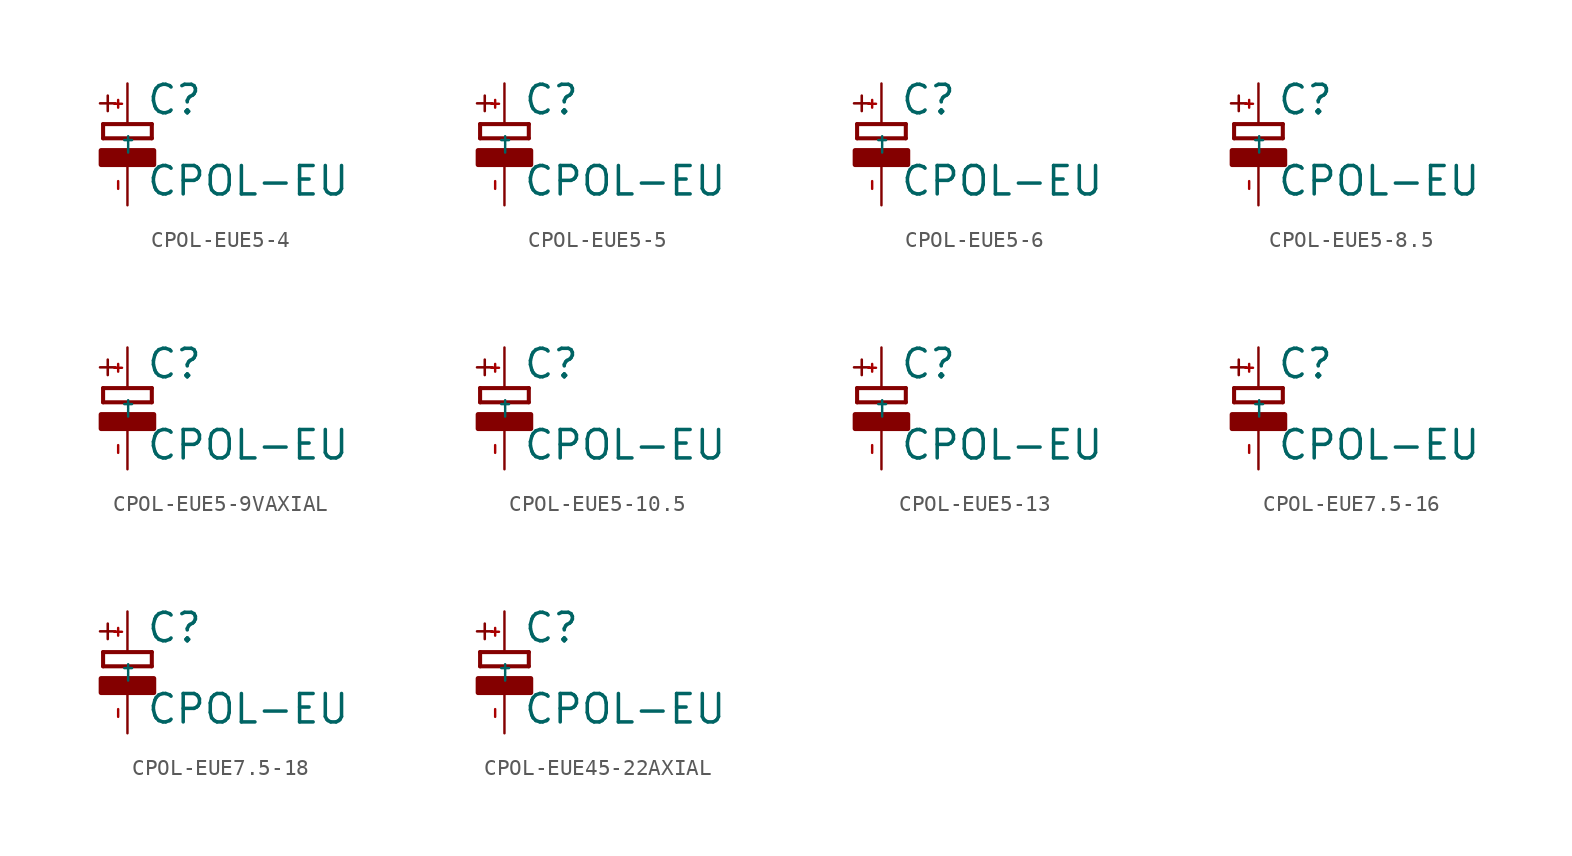
<source format=kicad_sym>
(kicad_symbol_lib
  (version 20220914)
  (generator Eagle2Kicad)
  (symbol "CPOL-EUE5-4"
    (property "Reference" "C"
      (at 1.143 0.483 0)
      (effects (font (size 1.778 1.778) (thickness 0.22)) (justify left bottom)))
    (property "Value" "CPOL-EU"
      (at 1.143 -4.597 0)
      (effects (font (size 1.778 1.778) (thickness 0.22)) (justify left bottom)))
    (polyline
      (pts (xy -1.524 -0.889) (xy 1.524 -0.889))
      (stroke (width 0.254) (type default))
      (fill (type none)))
    (polyline
      (pts (xy 1.524 -0.889) (xy 1.524 0))
      (stroke (width 0.254) (type default))
      (fill (type none)))
    (polyline
      (pts (xy -1.524 0) (xy -1.524 -0.889))
      (stroke (width 0.254) (type default))
      (fill (type none)))
    (polyline
      (pts (xy -1.524 0) (xy 1.524 0))
      (stroke (width 0.254) (type default))
      (fill (type none)))
    (text "+"
      (at -0.584 0.406 900)
      (effects (font (size 1.27 1.27) (thickness 0.16)) (justify left bottom)))
    (rectangle
      (start -1.651 -2.54)
      (end 1.651 -1.651)
      (stroke (width 0.3) (type default))
      (fill (type outline)))
    (pin passive line
      (at 0 -5.08 90)
      (length 2.54)
      (name "-" (effects (font (size 0.635 0.635) (thickness 0.08)) (justify left bottom)))
      (number "-" (effects (font (size 0.635 0.635) (thickness 0.08)) (justify left bottom))))
    (pin passive line
      (at 0 2.54 270)
      (length 2.54)
      (name "+" (effects (font (size 0.635 0.635) (thickness 0.08)) (justify left bottom)))
      (number "+" (effects (font (size 0.635 0.635) (thickness 0.08)) (justify left bottom)))))
  (symbol "CPOL-EUE5-5"
    (property "Reference" "C"
      (at 1.143 0.483 0)
      (effects (font (size 1.778 1.778) (thickness 0.22)) (justify left bottom)))
    (property "Value" "CPOL-EU"
      (at 1.143 -4.597 0)
      (effects (font (size 1.778 1.778) (thickness 0.22)) (justify left bottom)))
    (polyline
      (pts (xy -1.524 -0.889) (xy 1.524 -0.889))
      (stroke (width 0.254) (type default))
      (fill (type none)))
    (polyline
      (pts (xy 1.524 -0.889) (xy 1.524 0))
      (stroke (width 0.254) (type default))
      (fill (type none)))
    (polyline
      (pts (xy -1.524 0) (xy -1.524 -0.889))
      (stroke (width 0.254) (type default))
      (fill (type none)))
    (polyline
      (pts (xy -1.524 0) (xy 1.524 0))
      (stroke (width 0.254) (type default))
      (fill (type none)))
    (text "+"
      (at -0.584 0.406 900)
      (effects (font (size 1.27 1.27) (thickness 0.16)) (justify left bottom)))
    (rectangle
      (start -1.651 -2.54)
      (end 1.651 -1.651)
      (stroke (width 0.3) (type default))
      (fill (type outline)))
    (pin passive line
      (at 0 -5.08 90)
      (length 2.54)
      (name "-" (effects (font (size 0.635 0.635) (thickness 0.08)) (justify left bottom)))
      (number "-" (effects (font (size 0.635 0.635) (thickness 0.08)) (justify left bottom))))
    (pin passive line
      (at 0 2.54 270)
      (length 2.54)
      (name "+" (effects (font (size 0.635 0.635) (thickness 0.08)) (justify left bottom)))
      (number "+" (effects (font (size 0.635 0.635) (thickness 0.08)) (justify left bottom)))))
  (symbol "CPOL-EUE5-6"
    (property "Reference" "C"
      (at 1.143 0.483 0)
      (effects (font (size 1.778 1.778) (thickness 0.22)) (justify left bottom)))
    (property "Value" "CPOL-EU"
      (at 1.143 -4.597 0)
      (effects (font (size 1.778 1.778) (thickness 0.22)) (justify left bottom)))
    (polyline
      (pts (xy -1.524 -0.889) (xy 1.524 -0.889))
      (stroke (width 0.254) (type default))
      (fill (type none)))
    (polyline
      (pts (xy 1.524 -0.889) (xy 1.524 0))
      (stroke (width 0.254) (type default))
      (fill (type none)))
    (polyline
      (pts (xy -1.524 0) (xy -1.524 -0.889))
      (stroke (width 0.254) (type default))
      (fill (type none)))
    (polyline
      (pts (xy -1.524 0) (xy 1.524 0))
      (stroke (width 0.254) (type default))
      (fill (type none)))
    (text "+"
      (at -0.584 0.406 900)
      (effects (font (size 1.27 1.27) (thickness 0.16)) (justify left bottom)))
    (rectangle
      (start -1.651 -2.54)
      (end 1.651 -1.651)
      (stroke (width 0.3) (type default))
      (fill (type outline)))
    (pin passive line
      (at 0 -5.08 90)
      (length 2.54)
      (name "-" (effects (font (size 0.635 0.635) (thickness 0.08)) (justify left bottom)))
      (number "-" (effects (font (size 0.635 0.635) (thickness 0.08)) (justify left bottom))))
    (pin passive line
      (at 0 2.54 270)
      (length 2.54)
      (name "+" (effects (font (size 0.635 0.635) (thickness 0.08)) (justify left bottom)))
      (number "+" (effects (font (size 0.635 0.635) (thickness 0.08)) (justify left bottom)))))
  (symbol "CPOL-EUE5-8.5"
    (property "Reference" "C"
      (at 1.143 0.483 0)
      (effects (font (size 1.778 1.778) (thickness 0.22)) (justify left bottom)))
    (property "Value" "CPOL-EU"
      (at 1.143 -4.597 0)
      (effects (font (size 1.778 1.778) (thickness 0.22)) (justify left bottom)))
    (polyline
      (pts (xy -1.524 -0.889) (xy 1.524 -0.889))
      (stroke (width 0.254) (type default))
      (fill (type none)))
    (polyline
      (pts (xy 1.524 -0.889) (xy 1.524 0))
      (stroke (width 0.254) (type default))
      (fill (type none)))
    (polyline
      (pts (xy -1.524 0) (xy -1.524 -0.889))
      (stroke (width 0.254) (type default))
      (fill (type none)))
    (polyline
      (pts (xy -1.524 0) (xy 1.524 0))
      (stroke (width 0.254) (type default))
      (fill (type none)))
    (text "+"
      (at -0.584 0.406 900)
      (effects (font (size 1.27 1.27) (thickness 0.16)) (justify left bottom)))
    (rectangle
      (start -1.651 -2.54)
      (end 1.651 -1.651)
      (stroke (width 0.3) (type default))
      (fill (type outline)))
    (pin passive line
      (at 0 -5.08 90)
      (length 2.54)
      (name "-" (effects (font (size 0.635 0.635) (thickness 0.08)) (justify left bottom)))
      (number "-" (effects (font (size 0.635 0.635) (thickness 0.08)) (justify left bottom))))
    (pin passive line
      (at 0 2.54 270)
      (length 2.54)
      (name "+" (effects (font (size 0.635 0.635) (thickness 0.08)) (justify left bottom)))
      (number "+" (effects (font (size 0.635 0.635) (thickness 0.08)) (justify left bottom)))))
  (symbol "CPOL-EUE5-9VAXIAL"
    (property "Reference" "C"
      (at 1.143 0.483 0)
      (effects (font (size 1.778 1.778) (thickness 0.22)) (justify left bottom)))
    (property "Value" "CPOL-EU"
      (at 1.143 -4.597 0)
      (effects (font (size 1.778 1.778) (thickness 0.22)) (justify left bottom)))
    (polyline
      (pts (xy -1.524 -0.889) (xy 1.524 -0.889))
      (stroke (width 0.254) (type default))
      (fill (type none)))
    (polyline
      (pts (xy 1.524 -0.889) (xy 1.524 0))
      (stroke (width 0.254) (type default))
      (fill (type none)))
    (polyline
      (pts (xy -1.524 0) (xy -1.524 -0.889))
      (stroke (width 0.254) (type default))
      (fill (type none)))
    (polyline
      (pts (xy -1.524 0) (xy 1.524 0))
      (stroke (width 0.254) (type default))
      (fill (type none)))
    (text "+"
      (at -0.584 0.406 900)
      (effects (font (size 1.27 1.27) (thickness 0.16)) (justify left bottom)))
    (rectangle
      (start -1.651 -2.54)
      (end 1.651 -1.651)
      (stroke (width 0.3) (type default))
      (fill (type outline)))
    (pin passive line
      (at 0 -5.08 90)
      (length 2.54)
      (name "-" (effects (font (size 0.635 0.635) (thickness 0.08)) (justify left bottom)))
      (number "-" (effects (font (size 0.635 0.635) (thickness 0.08)) (justify left bottom))))
    (pin passive line
      (at 0 2.54 270)
      (length 2.54)
      (name "+" (effects (font (size 0.635 0.635) (thickness 0.08)) (justify left bottom)))
      (number "+" (effects (font (size 0.635 0.635) (thickness 0.08)) (justify left bottom)))))
  (symbol "CPOL-EUE5-10.5"
    (property "Reference" "C"
      (at 1.143 0.483 0)
      (effects (font (size 1.778 1.778) (thickness 0.22)) (justify left bottom)))
    (property "Value" "CPOL-EU"
      (at 1.143 -4.597 0)
      (effects (font (size 1.778 1.778) (thickness 0.22)) (justify left bottom)))
    (polyline
      (pts (xy -1.524 -0.889) (xy 1.524 -0.889))
      (stroke (width 0.254) (type default))
      (fill (type none)))
    (polyline
      (pts (xy 1.524 -0.889) (xy 1.524 0))
      (stroke (width 0.254) (type default))
      (fill (type none)))
    (polyline
      (pts (xy -1.524 0) (xy -1.524 -0.889))
      (stroke (width 0.254) (type default))
      (fill (type none)))
    (polyline
      (pts (xy -1.524 0) (xy 1.524 0))
      (stroke (width 0.254) (type default))
      (fill (type none)))
    (text "+"
      (at -0.584 0.406 900)
      (effects (font (size 1.27 1.27) (thickness 0.16)) (justify left bottom)))
    (rectangle
      (start -1.651 -2.54)
      (end 1.651 -1.651)
      (stroke (width 0.3) (type default))
      (fill (type outline)))
    (pin passive line
      (at 0 -5.08 90)
      (length 2.54)
      (name "-" (effects (font (size 0.635 0.635) (thickness 0.08)) (justify left bottom)))
      (number "-" (effects (font (size 0.635 0.635) (thickness 0.08)) (justify left bottom))))
    (pin passive line
      (at 0 2.54 270)
      (length 2.54)
      (name "+" (effects (font (size 0.635 0.635) (thickness 0.08)) (justify left bottom)))
      (number "+" (effects (font (size 0.635 0.635) (thickness 0.08)) (justify left bottom)))))
  (symbol "CPOL-EUE5-13"
    (property "Reference" "C"
      (at 1.143 0.483 0)
      (effects (font (size 1.778 1.778) (thickness 0.22)) (justify left bottom)))
    (property "Value" "CPOL-EU"
      (at 1.143 -4.597 0)
      (effects (font (size 1.778 1.778) (thickness 0.22)) (justify left bottom)))
    (polyline
      (pts (xy -1.524 -0.889) (xy 1.524 -0.889))
      (stroke (width 0.254) (type default))
      (fill (type none)))
    (polyline
      (pts (xy 1.524 -0.889) (xy 1.524 0))
      (stroke (width 0.254) (type default))
      (fill (type none)))
    (polyline
      (pts (xy -1.524 0) (xy -1.524 -0.889))
      (stroke (width 0.254) (type default))
      (fill (type none)))
    (polyline
      (pts (xy -1.524 0) (xy 1.524 0))
      (stroke (width 0.254) (type default))
      (fill (type none)))
    (text "+"
      (at -0.584 0.406 900)
      (effects (font (size 1.27 1.27) (thickness 0.16)) (justify left bottom)))
    (rectangle
      (start -1.651 -2.54)
      (end 1.651 -1.651)
      (stroke (width 0.3) (type default))
      (fill (type outline)))
    (pin passive line
      (at 0 -5.08 90)
      (length 2.54)
      (name "-" (effects (font (size 0.635 0.635) (thickness 0.08)) (justify left bottom)))
      (number "-" (effects (font (size 0.635 0.635) (thickness 0.08)) (justify left bottom))))
    (pin passive line
      (at 0 2.54 270)
      (length 2.54)
      (name "+" (effects (font (size 0.635 0.635) (thickness 0.08)) (justify left bottom)))
      (number "+" (effects (font (size 0.635 0.635) (thickness 0.08)) (justify left bottom)))))
  (symbol "CPOL-EUE7.5-16"
    (property "Reference" "C"
      (at 1.143 0.483 0)
      (effects (font (size 1.778 1.778) (thickness 0.22)) (justify left bottom)))
    (property "Value" "CPOL-EU"
      (at 1.143 -4.597 0)
      (effects (font (size 1.778 1.778) (thickness 0.22)) (justify left bottom)))
    (polyline
      (pts (xy -1.524 -0.889) (xy 1.524 -0.889))
      (stroke (width 0.254) (type default))
      (fill (type none)))
    (polyline
      (pts (xy 1.524 -0.889) (xy 1.524 0))
      (stroke (width 0.254) (type default))
      (fill (type none)))
    (polyline
      (pts (xy -1.524 0) (xy -1.524 -0.889))
      (stroke (width 0.254) (type default))
      (fill (type none)))
    (polyline
      (pts (xy -1.524 0) (xy 1.524 0))
      (stroke (width 0.254) (type default))
      (fill (type none)))
    (text "+"
      (at -0.584 0.406 900)
      (effects (font (size 1.27 1.27) (thickness 0.16)) (justify left bottom)))
    (rectangle
      (start -1.651 -2.54)
      (end 1.651 -1.651)
      (stroke (width 0.3) (type default))
      (fill (type outline)))
    (pin passive line
      (at 0 -5.08 90)
      (length 2.54)
      (name "-" (effects (font (size 0.635 0.635) (thickness 0.08)) (justify left bottom)))
      (number "-" (effects (font (size 0.635 0.635) (thickness 0.08)) (justify left bottom))))
    (pin passive line
      (at 0 2.54 270)
      (length 2.54)
      (name "+" (effects (font (size 0.635 0.635) (thickness 0.08)) (justify left bottom)))
      (number "+" (effects (font (size 0.635 0.635) (thickness 0.08)) (justify left bottom)))))
  (symbol "CPOL-EUE7.5-18"
    (property "Reference" "C"
      (at 1.143 0.483 0)
      (effects (font (size 1.778 1.778) (thickness 0.22)) (justify left bottom)))
    (property "Value" "CPOL-EU"
      (at 1.143 -4.597 0)
      (effects (font (size 1.778 1.778) (thickness 0.22)) (justify left bottom)))
    (polyline
      (pts (xy -1.524 -0.889) (xy 1.524 -0.889))
      (stroke (width 0.254) (type default))
      (fill (type none)))
    (polyline
      (pts (xy 1.524 -0.889) (xy 1.524 0))
      (stroke (width 0.254) (type default))
      (fill (type none)))
    (polyline
      (pts (xy -1.524 0) (xy -1.524 -0.889))
      (stroke (width 0.254) (type default))
      (fill (type none)))
    (polyline
      (pts (xy -1.524 0) (xy 1.524 0))
      (stroke (width 0.254) (type default))
      (fill (type none)))
    (text "+"
      (at -0.584 0.406 900)
      (effects (font (size 1.27 1.27) (thickness 0.16)) (justify left bottom)))
    (rectangle
      (start -1.651 -2.54)
      (end 1.651 -1.651)
      (stroke (width 0.3) (type default))
      (fill (type outline)))
    (pin passive line
      (at 0 -5.08 90)
      (length 2.54)
      (name "-" (effects (font (size 0.635 0.635) (thickness 0.08)) (justify left bottom)))
      (number "-" (effects (font (size 0.635 0.635) (thickness 0.08)) (justify left bottom))))
    (pin passive line
      (at 0 2.54 270)
      (length 2.54)
      (name "+" (effects (font (size 0.635 0.635) (thickness 0.08)) (justify left bottom)))
      (number "+" (effects (font (size 0.635 0.635) (thickness 0.08)) (justify left bottom)))))
  (symbol "CPOL-EUE45-22AXIAL"
    (property "Reference" "C"
      (at 1.143 0.483 0)
      (effects (font (size 1.778 1.778) (thickness 0.22)) (justify left bottom)))
    (property "Value" "CPOL-EU"
      (at 1.143 -4.597 0)
      (effects (font (size 1.778 1.778) (thickness 0.22)) (justify left bottom)))
    (polyline
      (pts (xy -1.524 -0.889) (xy 1.524 -0.889))
      (stroke (width 0.254) (type default))
      (fill (type none)))
    (polyline
      (pts (xy 1.524 -0.889) (xy 1.524 0))
      (stroke (width 0.254) (type default))
      (fill (type none)))
    (polyline
      (pts (xy -1.524 0) (xy -1.524 -0.889))
      (stroke (width 0.254) (type default))
      (fill (type none)))
    (polyline
      (pts (xy -1.524 0) (xy 1.524 0))
      (stroke (width 0.254) (type default))
      (fill (type none)))
    (text "+"
      (at -0.584 0.406 900)
      (effects (font (size 1.27 1.27) (thickness 0.16)) (justify left bottom)))
    (rectangle
      (start -1.651 -2.54)
      (end 1.651 -1.651)
      (stroke (width 0.3) (type default))
      (fill (type outline)))
    (pin passive line
      (at 0 -5.08 90)
      (length 2.54)
      (name "-" (effects (font (size 0.635 0.635) (thickness 0.08)) (justify left bottom)))
      (number "-" (effects (font (size 0.635 0.635) (thickness 0.08)) (justify left bottom))))
    (pin passive line
      (at 0 2.54 270)
      (length 2.54)
      (name "+" (effects (font (size 0.635 0.635) (thickness 0.08)) (justify left bottom)))
      (number "+" (effects (font (size 0.635 0.635) (thickness 0.08)) (justify left bottom))))))
</source>
